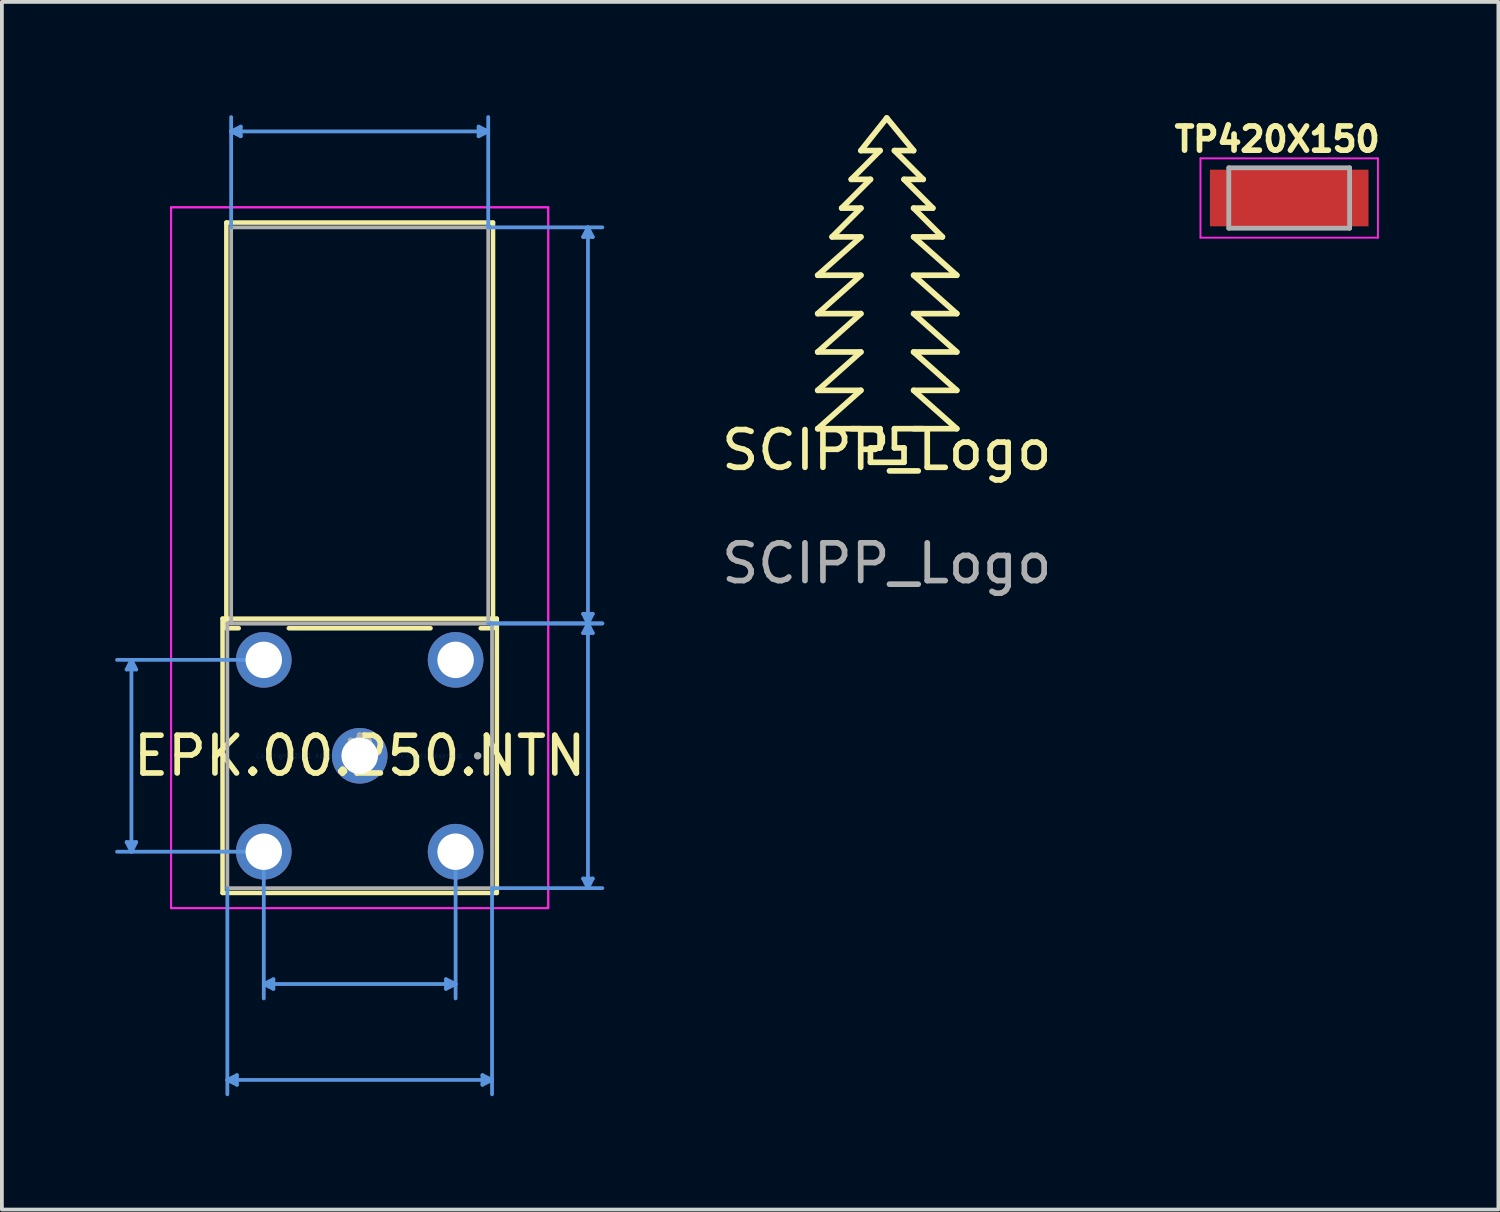
<source format=kicad_pcb>
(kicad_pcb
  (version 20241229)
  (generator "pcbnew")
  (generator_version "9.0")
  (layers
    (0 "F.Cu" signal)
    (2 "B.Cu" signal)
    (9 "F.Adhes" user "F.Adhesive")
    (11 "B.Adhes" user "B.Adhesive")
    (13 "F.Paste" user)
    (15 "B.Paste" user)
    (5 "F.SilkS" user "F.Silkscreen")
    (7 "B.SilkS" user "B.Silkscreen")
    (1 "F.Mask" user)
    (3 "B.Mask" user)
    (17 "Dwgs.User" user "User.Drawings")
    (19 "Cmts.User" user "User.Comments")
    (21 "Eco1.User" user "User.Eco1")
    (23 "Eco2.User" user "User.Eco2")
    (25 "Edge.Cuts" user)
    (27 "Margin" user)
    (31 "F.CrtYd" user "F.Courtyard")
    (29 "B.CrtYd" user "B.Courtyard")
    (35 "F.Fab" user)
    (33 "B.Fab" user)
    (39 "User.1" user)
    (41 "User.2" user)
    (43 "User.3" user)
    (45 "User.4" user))
  (footprint "TP420X150"
    (layer "F.Cu")
    (at 31.093 2.194)
    (property "Reference" "TP420X150" (at -0.318 -1.556 0) (layer "F.SilkS") (effects (font (size 0.64 0.64) (thickness 0.15))))
    (attr through_hole)
    (fp_line (start -2.35 -1.05) (end -2.35 1.05) (stroke (width 0.05) (type solid)) (layer "F.CrtYd"))
    (fp_line (start -2.35 1.05) (end 2.35 1.05) (stroke (width 0.05) (type solid)) (layer "F.CrtYd"))
    (fp_line (start 2.35 -1.05) (end -2.35 -1.05) (stroke (width 0.05) (type solid)) (layer "F.CrtYd"))
    (fp_line (start 2.35 1.05) (end 2.35 -1.05) (stroke (width 0.05) (type solid)) (layer "F.CrtYd"))
    (fp_line (start -1.6 -0.8) (end 1.6 -0.8) (stroke (width 0.127) (type solid)) (layer "F.Fab"))
    (fp_line (start -1.6 0.8) (end -1.6 -0.8) (stroke (width 0.127) (type solid)) (layer "F.Fab"))
    (fp_line (start 1.6 -0.8) (end 1.6 0.8) (stroke (width 0.127) (type solid)) (layer "F.Fab"))
    (fp_line (start 1.6 0.8) (end -1.6 0.8) (stroke (width 0.127) (type solid)) (layer "F.Fab"))
    (pad "1" smd rect (at 0 0) (size 4.2 1.5) (layers "F.Cu" "F.Mask" "F.Paste")))
  (footprint "EPK.00.250.NTN"
    (layer "F.Cu")
    (at 6.476 16.966)
    (property "Reference" "EPK.00.250.NTN" (at 0 0 0) (layer "F.SilkS") (effects (font (size 1 1) (thickness 0.15))))
    (attr through_hole)
    (fp_line (start -3.632 -3.632) (end -3.632 3.632) (stroke (width 0.12) (type solid)) (layer "F.SilkS"))
    (fp_line (start -3.632 3.632) (end 3.632 3.632) (stroke (width 0.12) (type solid)) (layer "F.SilkS"))
    (fp_line (start -3.531 -14.122) (end -3.531 -3.378) (stroke (width 0.12) (type solid)) (layer "F.SilkS"))
    (fp_line (start -3.531 -3.378) (end -3.204 -3.378) (stroke (width 0.12) (type solid)) (layer "F.SilkS"))
    (fp_line (start -1.876 -3.378) (end 1.876 -3.378) (stroke (width 0.12) (type solid)) (layer "F.SilkS"))
    (fp_line (start 3.204 -3.378) (end 3.531 -3.378) (stroke (width 0.12) (type solid)) (layer "F.SilkS"))
    (fp_line (start 3.531 -14.122) (end -3.531 -14.122) (stroke (width 0.12) (type solid)) (layer "F.SilkS"))
    (fp_line (start 3.531 -3.378) (end 3.531 -14.122) (stroke (width 0.12) (type solid)) (layer "F.SilkS"))
    (fp_line (start 3.632 -3.632) (end -3.632 -3.632) (stroke (width 0.12) (type solid)) (layer "F.SilkS"))
    (fp_line (start 3.632 3.632) (end 3.632 -3.632) (stroke (width 0.12) (type solid)) (layer "F.SilkS"))
    (fp_line (start -6.172 -2.286) (end -5.918 -2.286) (stroke (width 0.1) (type solid)) (layer "Cmts.User"))
    (fp_line (start -6.172 2.286) (end -5.918 2.286) (stroke (width 0.1) (type solid)) (layer "Cmts.User"))
    (fp_line (start -6.045 -2.54) (end -6.172 -2.286) (stroke (width 0.1) (type solid)) (layer "Cmts.User"))
    (fp_line (start -6.045 -2.54) (end -6.045 2.54) (stroke (width 0.1) (type solid)) (layer "Cmts.User"))
    (fp_line (start -6.045 -2.54) (end -5.918 -2.286) (stroke (width 0.1) (type solid)) (layer "Cmts.User"))
    (fp_line (start -6.045 2.54) (end -6.172 2.286) (stroke (width 0.1) (type solid)) (layer "Cmts.User"))
    (fp_line (start -6.045 2.54) (end -5.918 2.286) (stroke (width 0.1) (type solid)) (layer "Cmts.User"))
    (fp_line (start -3.505 3.505) (end -3.505 8.966) (stroke (width 0.1) (type solid)) (layer "Cmts.User"))
    (fp_line (start -3.505 8.585) (end -3.251 8.458) (stroke (width 0.1) (type solid)) (layer "Cmts.User"))
    (fp_line (start -3.505 8.585) (end -3.251 8.712) (stroke (width 0.1) (type solid)) (layer "Cmts.User"))
    (fp_line (start -3.505 8.585) (end 3.505 8.585) (stroke (width 0.1) (type solid)) (layer "Cmts.User"))
    (fp_line (start -3.404 -16.535) (end -3.15 -16.662) (stroke (width 0.1) (type solid)) (layer "Cmts.User"))
    (fp_line (start -3.404 -16.535) (end -3.15 -16.408) (stroke (width 0.1) (type solid)) (layer "Cmts.User"))
    (fp_line (start -3.404 -16.535) (end 3.404 -16.535) (stroke (width 0.1) (type solid)) (layer "Cmts.User"))
    (fp_line (start -3.404 -13.995) (end -3.404 -16.916) (stroke (width 0.1) (type solid)) (layer "Cmts.User"))
    (fp_line (start -3.251 8.458) (end -3.251 8.712) (stroke (width 0.1) (type solid)) (layer "Cmts.User"))
    (fp_line (start -3.15 -16.662) (end -3.15 -16.408) (stroke (width 0.1) (type solid)) (layer "Cmts.User"))
    (fp_line (start -2.54 -2.54) (end -6.426 -2.54) (stroke (width 0.1) (type solid)) (layer "Cmts.User"))
    (fp_line (start -2.54 2.54) (end -6.426 2.54) (stroke (width 0.1) (type solid)) (layer "Cmts.User"))
    (fp_line (start -2.54 2.54) (end -2.54 6.426) (stroke (width 0.1) (type solid)) (layer "Cmts.User"))
    (fp_line (start -2.54 6.045) (end -2.286 5.918) (stroke (width 0.1) (type solid)) (layer "Cmts.User"))
    (fp_line (start -2.54 6.045) (end -2.286 6.172) (stroke (width 0.1) (type solid)) (layer "Cmts.User"))
    (fp_line (start -2.54 6.045) (end 2.54 6.045) (stroke (width 0.1) (type solid)) (layer "Cmts.User"))
    (fp_line (start -2.286 5.918) (end -2.286 6.172) (stroke (width 0.1) (type solid)) (layer "Cmts.User"))
    (fp_line (start 2.286 5.918) (end 2.286 6.172) (stroke (width 0.1) (type solid)) (layer "Cmts.User"))
    (fp_line (start 2.54 2.54) (end 2.54 6.426) (stroke (width 0.1) (type solid)) (layer "Cmts.User"))
    (fp_line (start 2.54 6.045) (end 2.286 5.918) (stroke (width 0.1) (type solid)) (layer "Cmts.User"))
    (fp_line (start 2.54 6.045) (end 2.286 6.172) (stroke (width 0.1) (type solid)) (layer "Cmts.User"))
    (fp_line (start 3.15 -16.662) (end 3.15 -16.408) (stroke (width 0.1) (type solid)) (layer "Cmts.User"))
    (fp_line (start 3.251 8.458) (end 3.251 8.712) (stroke (width 0.1) (type solid)) (layer "Cmts.User"))
    (fp_line (start 3.404 -16.535) (end 3.15 -16.662) (stroke (width 0.1) (type solid)) (layer "Cmts.User"))
    (fp_line (start 3.404 -16.535) (end 3.15 -16.408) (stroke (width 0.1) (type solid)) (layer "Cmts.User"))
    (fp_line (start 3.404 -13.995) (end 3.404 -16.916) (stroke (width 0.1) (type solid)) (layer "Cmts.User"))
    (fp_line (start 3.404 -13.995) (end 6.426 -13.995) (stroke (width 0.1) (type solid)) (layer "Cmts.User"))
    (fp_line (start 3.404 -3.505) (end 6.426 -3.505) (stroke (width 0.1) (type solid)) (layer "Cmts.User"))
    (fp_line (start 3.505 -3.505) (end 6.426 -3.505) (stroke (width 0.1) (type solid)) (layer "Cmts.User"))
    (fp_line (start 3.505 3.505) (end 3.505 8.966) (stroke (width 0.1) (type solid)) (layer "Cmts.User"))
    (fp_line (start 3.505 3.505) (end 6.426 3.505) (stroke (width 0.1) (type solid)) (layer "Cmts.User"))
    (fp_line (start 3.505 8.585) (end 3.251 8.458) (stroke (width 0.1) (type solid)) (layer "Cmts.User"))
    (fp_line (start 3.505 8.585) (end 3.251 8.712) (stroke (width 0.1) (type solid)) (layer "Cmts.User"))
    (fp_line (start 5.918 -13.741) (end 6.172 -13.741) (stroke (width 0.1) (type solid)) (layer "Cmts.User"))
    (fp_line (start 5.918 -3.759) (end 6.172 -3.759) (stroke (width 0.1) (type solid)) (layer "Cmts.User"))
    (fp_line (start 5.918 -3.251) (end 6.172 -3.251) (stroke (width 0.1) (type solid)) (layer "Cmts.User"))
    (fp_line (start 5.918 3.251) (end 6.172 3.251) (stroke (width 0.1) (type solid)) (layer "Cmts.User"))
    (fp_line (start 6.045 -13.995) (end 5.918 -13.741) (stroke (width 0.1) (type solid)) (layer "Cmts.User"))
    (fp_line (start 6.045 -13.995) (end 6.045 -3.505) (stroke (width 0.1) (type solid)) (layer "Cmts.User"))
    (fp_line (start 6.045 -13.995) (end 6.172 -13.741) (stroke (width 0.1) (type solid)) (layer "Cmts.User"))
    (fp_line (start 6.045 -3.505) (end 5.918 -3.759) (stroke (width 0.1) (type solid)) (layer "Cmts.User"))
    (fp_line (start 6.045 -3.505) (end 5.918 -3.251) (stroke (width 0.1) (type solid)) (layer "Cmts.User"))
    (fp_line (start 6.045 -3.505) (end 6.045 3.505) (stroke (width 0.1) (type solid)) (layer "Cmts.User"))
    (fp_line (start 6.045 -3.505) (end 6.172 -3.759) (stroke (width 0.1) (type solid)) (layer "Cmts.User"))
    (fp_line (start 6.045 -3.505) (end 6.172 -3.251) (stroke (width 0.1) (type solid)) (layer "Cmts.User"))
    (fp_line (start 6.045 3.505) (end 5.918 3.251) (stroke (width 0.1) (type solid)) (layer "Cmts.User"))
    (fp_line (start 6.045 3.505) (end 6.172 3.251) (stroke (width 0.1) (type solid)) (layer "Cmts.User"))
    (fp_line (start -4.994 -14.526) (end 4.994 -14.526) (stroke (width 0.05) (type solid)) (layer "F.CrtYd"))
    (fp_line (start -4.994 -14.526) (end 4.994 -14.526) (stroke (width 0.05) (type solid)) (layer "F.CrtYd"))
    (fp_line (start -4.994 4.036) (end -4.994 -14.526) (stroke (width 0.05) (type solid)) (layer "F.CrtYd"))
    (fp_line (start -4.994 4.036) (end -4.994 -14.526) (stroke (width 0.05) (type solid)) (layer "F.CrtYd"))
    (fp_line (start 4.994 -14.526) (end 4.994 4.036) (stroke (width 0.05) (type solid)) (layer "F.CrtYd"))
    (fp_line (start 4.994 -14.526) (end 4.994 4.036) (stroke (width 0.05) (type solid)) (layer "F.CrtYd"))
    (fp_line (start 4.994 4.036) (end -4.994 4.036) (stroke (width 0.05) (type solid)) (layer "F.CrtYd"))
    (fp_line (start 4.994 4.036) (end -4.994 4.036) (stroke (width 0.05) (type solid)) (layer "F.CrtYd"))
    (fp_line (start -3.505 -3.505) (end -3.505 3.505) (stroke (width 0.1) (type solid)) (layer "F.Fab"))
    (fp_line (start -3.505 3.505) (end 3.505 3.505) (stroke (width 0.1) (type solid)) (layer "F.Fab"))
    (fp_line (start -3.404 -13.995) (end -3.404 -3.505) (stroke (width 0.1) (type solid)) (layer "F.Fab"))
    (fp_line (start -3.404 -3.505) (end 3.404 -3.505) (stroke (width 0.1) (type solid)) (layer "F.Fab"))
    (fp_line (start 3.404 -13.995) (end -3.404 -13.995) (stroke (width 0.1) (type solid)) (layer "F.Fab"))
    (fp_line (start 3.404 -3.505) (end 3.404 -13.995) (stroke (width 0.1) (type solid)) (layer "F.Fab"))
    (fp_line (start 3.505 -3.505) (end -3.505 -3.505) (stroke (width 0.1) (type solid)) (layer "F.Fab"))
    (fp_line (start 3.505 3.505) (end 3.505 -3.505) (stroke (width 0.1) (type solid)) (layer "F.Fab"))
    (fp_circle (center 3.124 0) (end 3.124 0) (stroke (width 0.1) (type solid)) (fill no) (layer "F.Fab"))
    (fp_text user "*" (at 0 0 0) (layer "F.SilkS") (effects (font (size 1 1) (thickness 0.15))))
    (fp_text user "Copyright 2021 Accelerated Designs. All rights reserved." (at 0 0 0) (layer "Cmts.User") (effects (font (size 0.127 0.127) (thickness 0.002))))
    (fp_text user "*" (at 0 0 0) (layer "F.Fab") (effects (font (size 1 1) (thickness 0.15))))
    (pad "1" thru_hole circle (at 0 0) (size 1.473 1.473) (drill 0.965) (layers "*.Cu" "*.Mask"))
    (pad "2" thru_hole circle (at -2.54 -2.54) (size 1.473 1.473) (drill 0.965) (layers "*.Cu" "*.Mask"))
    (pad "3" thru_hole circle (at -2.54 2.54) (size 1.473 1.473) (drill 0.965) (layers "*.Cu" "*.Mask"))
    (pad "4" thru_hole circle (at 2.54 2.54) (size 1.473 1.473) (drill 0.965) (layers "*.Cu" "*.Mask"))
    (pad "5" thru_hole circle (at 2.54 -2.54) (size 1.473 1.473) (drill 0.965) (layers "*.Cu" "*.Mask")))
  (footprint "SCIPP_Logo"
    (layer "F.Cu")
    (at 20.435 9.371)
    (property "Reference" "SCIPP_Logo" (at 0 -0.5 0) (unlocked yes) (layer "F.SilkS") (effects (font (size 1 1) (thickness 0.15))))
    (attr smd)
    (fp_line (start -1.829 -5.131) (end -0.686 -5.131) (stroke (width 0.15) (type solid)) (layer "F.SilkS"))
    (fp_line (start -1.829 -4.115) (end -0.686 -4.115) (stroke (width 0.15) (type solid)) (layer "F.SilkS"))
    (fp_line (start -1.829 -3.099) (end -0.686 -3.099) (stroke (width 0.15) (type solid)) (layer "F.SilkS"))
    (fp_line (start -1.829 -2.083) (end -0.686 -2.083) (stroke (width 0.15) (type solid)) (layer "F.SilkS"))
    (fp_line (start -1.829 -1.067) (end -0.686 -1.067) (stroke (width 0.15) (type solid)) (layer "F.SilkS"))
    (fp_line (start -1.448 -6.147) (end -0.686 -6.147) (stroke (width 0.15) (type solid)) (layer "F.SilkS"))
    (fp_line (start -1.194 -6.909) (end -0.686 -6.909) (stroke (width 0.15) (type solid)) (layer "F.SilkS"))
    (fp_line (start -0.94 -7.671) (end -0.432 -7.671) (stroke (width 0.15) (type solid)) (layer "F.SilkS"))
    (fp_line (start -0.94 -1.067) (end -0.178 -1.067) (stroke (width 0.15) (type solid)) (layer "F.SilkS"))
    (fp_line (start -0.686 -8.433) (end -0.178 -8.433) (stroke (width 0.15) (type solid)) (layer "F.SilkS"))
    (fp_line (start -0.686 -6.909) (end -1.448 -6.147) (stroke (width 0.15) (type solid)) (layer "F.SilkS"))
    (fp_line (start -0.686 -6.147) (end -1.829 -5.131) (stroke (width 0.15) (type solid)) (layer "F.SilkS"))
    (fp_line (start -0.686 -5.131) (end -1.829 -4.115) (stroke (width 0.15) (type solid)) (layer "F.SilkS"))
    (fp_line (start -0.686 -4.115) (end -1.829 -3.099) (stroke (width 0.15) (type solid)) (layer "F.SilkS"))
    (fp_line (start -0.686 -3.099) (end -1.829 -2.083) (stroke (width 0.15) (type solid)) (layer "F.SilkS"))
    (fp_line (start -0.686 -2.083) (end -1.829 -1.067) (stroke (width 0.15) (type solid)) (layer "F.SilkS"))
    (fp_line (start -0.432 -7.671) (end -1.194 -6.909) (stroke (width 0.15) (type solid)) (layer "F.SilkS"))
    (fp_line (start -0.432 -0.559) (end -0.432 -0.178) (stroke (width 0.15) (type solid)) (layer "F.SilkS"))
    (fp_line (start -0.432 -0.178) (end 0.457 -0.178) (stroke (width 0.15) (type solid)) (layer "F.SilkS"))
    (fp_line (start -0.178 -8.433) (end -0.94 -7.671) (stroke (width 0.15) (type solid)) (layer "F.SilkS"))
    (fp_line (start -0.178 -1.067) (end -0.178 -0.559) (stroke (width 0.15) (type solid)) (layer "F.SilkS"))
    (fp_line (start -0.178 -0.559) (end -0.432 -0.559) (stroke (width 0.15) (type solid)) (layer "F.SilkS"))
    (fp_line (start 0 -9.296) (end -0.686 -8.433) (stroke (width 0.15) (type solid)) (layer "F.SilkS"))
    (fp_line (start 0.203 -8.433) (end 0.711 -8.433) (stroke (width 0.15) (type solid)) (layer "F.SilkS"))
    (fp_line (start 0.203 -8.433) (end 0.965 -7.671) (stroke (width 0.15) (type solid)) (layer "F.SilkS"))
    (fp_line (start 0.203 -1.067) (end 0.965 -1.067) (stroke (width 0.15) (type solid)) (layer "F.SilkS"))
    (fp_line (start 0.203 -0.559) (end 0.203 -1.067) (stroke (width 0.15) (type solid)) (layer "F.SilkS"))
    (fp_line (start 0.457 -7.671) (end 0.965 -7.671) (stroke (width 0.15) (type solid)) (layer "F.SilkS"))
    (fp_line (start 0.457 -7.671) (end 1.219 -6.909) (stroke (width 0.15) (type solid)) (layer "F.SilkS"))
    (fp_line (start 0.457 -0.559) (end 0.203 -0.559) (stroke (width 0.15) (type solid)) (layer "F.SilkS"))
    (fp_line (start 0.457 -0.178) (end 0.457 -0.559) (stroke (width 0.15) (type solid)) (layer "F.SilkS"))
    (fp_line (start 0.711 -8.433) (end 0 -9.296) (stroke (width 0.15) (type solid)) (layer "F.SilkS"))
    (fp_line (start 0.711 -6.909) (end 1.219 -6.909) (stroke (width 0.15) (type solid)) (layer "F.SilkS"))
    (fp_line (start 0.711 -6.909) (end 1.473 -6.147) (stroke (width 0.15) (type solid)) (layer "F.SilkS"))
    (fp_line (start 0.711 -6.147) (end 1.473 -6.147) (stroke (width 0.15) (type solid)) (layer "F.SilkS"))
    (fp_line (start 0.711 -5.131) (end 1.854 -5.131) (stroke (width 0.15) (type solid)) (layer "F.SilkS"))
    (fp_line (start 0.711 -4.115) (end 1.854 -4.115) (stroke (width 0.15) (type solid)) (layer "F.SilkS"))
    (fp_line (start 0.711 -3.099) (end 1.854 -3.099) (stroke (width 0.15) (type solid)) (layer "F.SilkS"))
    (fp_line (start 0.711 -2.083) (end 1.854 -2.083) (stroke (width 0.15) (type solid)) (layer "F.SilkS"))
    (fp_line (start 0.711 -1.067) (end 1.854 -1.067) (stroke (width 0.15) (type solid)) (layer "F.SilkS"))
    (fp_line (start 1.854 -5.131) (end 0.711 -6.147) (stroke (width 0.15) (type solid)) (layer "F.SilkS"))
    (fp_line (start 1.854 -4.115) (end 0.711 -5.131) (stroke (width 0.15) (type solid)) (layer "F.SilkS"))
    (fp_line (start 1.854 -3.099) (end 0.711 -4.115) (stroke (width 0.15) (type solid)) (layer "F.SilkS"))
    (fp_line (start 1.854 -2.083) (end 0.711 -3.099) (stroke (width 0.15) (type solid)) (layer "F.SilkS"))
    (fp_line (start 1.854 -1.067) (end 0.711 -2.083) (stroke (width 0.15) (type solid)) (layer "F.SilkS"))
    (fp_text user "${REFERENCE}" (at 0 2.5 0) (unlocked yes) (layer "F.Fab") (effects (font (size 1 1) (thickness 0.15)))))
  (gr_rect
    (start -3 -3)
    (end 36.633 28.983)
    (stroke (width 0.1) (type default))
    (fill no)
    (layer "Edge.Cuts")))
</source>
